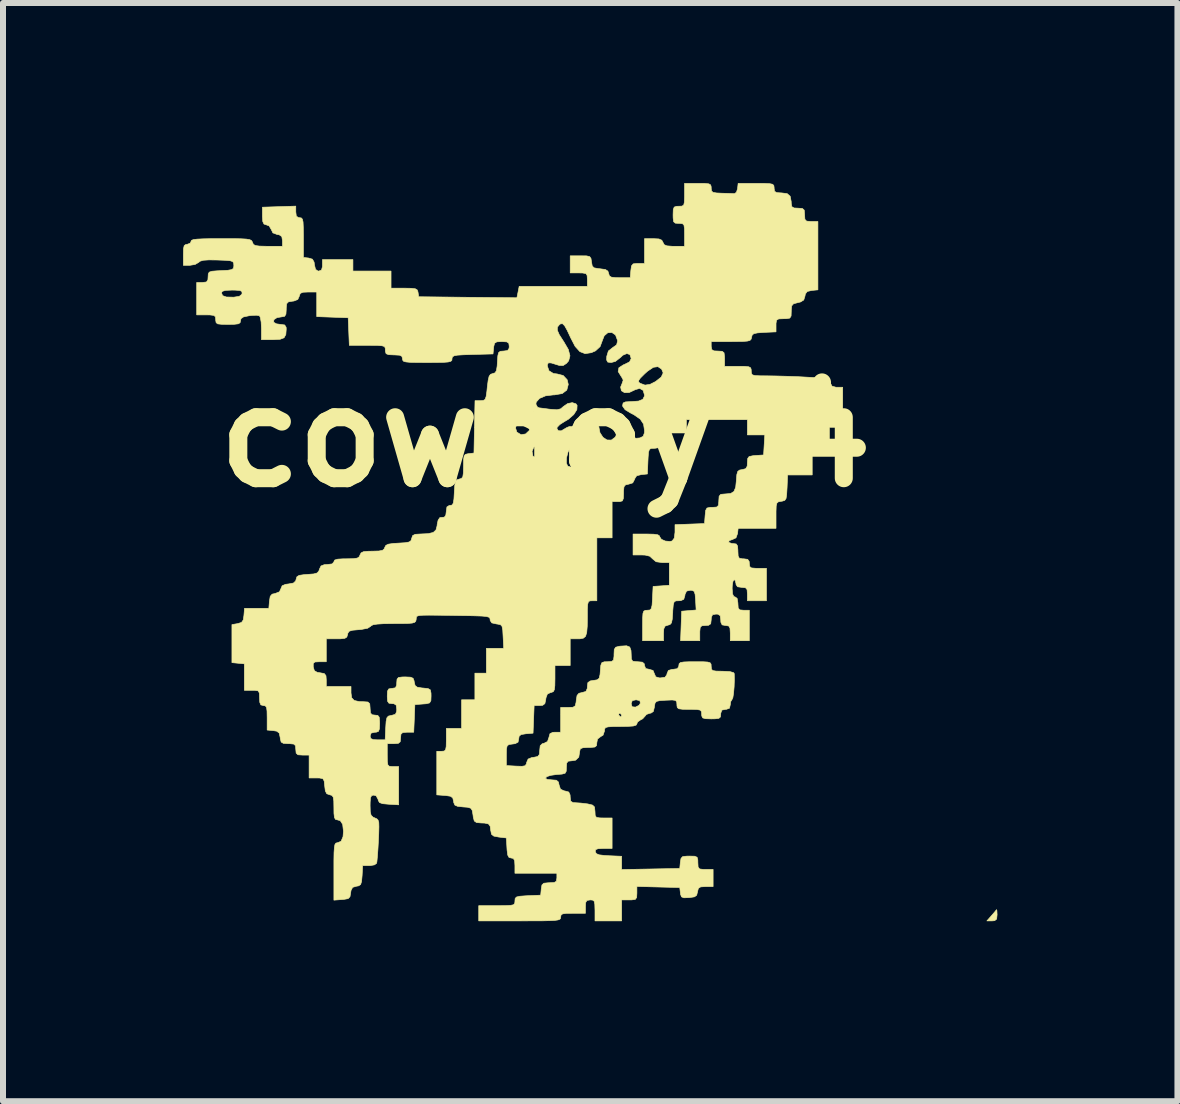
<source format=kicad_pcb>
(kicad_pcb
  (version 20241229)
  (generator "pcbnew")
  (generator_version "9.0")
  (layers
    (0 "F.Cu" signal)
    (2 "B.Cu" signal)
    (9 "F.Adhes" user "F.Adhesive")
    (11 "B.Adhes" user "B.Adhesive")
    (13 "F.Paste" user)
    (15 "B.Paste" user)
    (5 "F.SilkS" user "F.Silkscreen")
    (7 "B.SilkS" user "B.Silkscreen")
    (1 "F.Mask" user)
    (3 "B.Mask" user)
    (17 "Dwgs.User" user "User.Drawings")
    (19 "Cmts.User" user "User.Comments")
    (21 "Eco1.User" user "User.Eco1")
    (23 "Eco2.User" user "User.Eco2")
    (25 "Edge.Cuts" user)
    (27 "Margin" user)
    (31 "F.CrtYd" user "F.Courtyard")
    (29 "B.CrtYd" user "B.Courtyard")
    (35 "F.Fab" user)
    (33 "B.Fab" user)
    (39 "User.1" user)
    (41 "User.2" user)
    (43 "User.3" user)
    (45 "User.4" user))
  (footprint "cowboy 4"
    (layer "F.Cu")
    (at 6.037 4.228)
    (property "Reference" "cowboy 4" (at 0 0 0) (layer "F.SilkS") (effects (font (size 1.524 1.524) (thickness 0.3))))
    (attr through_hole)
    (fp_poly (pts (xy 7.522 7.895) (xy 7.525 7.956) (xy 7.525 7.964) (xy 7.518 8.034) (xy 7.485 8.061) (xy 7.44 8.065) (xy 7.355 8.065) (xy 7.432 7.977) (xy 7.484 7.917) (xy 7.515 7.879) (xy 7.517 7.877) (xy 7.522 7.895)) (stroke (width 0.01) (type solid)) (fill yes) (layer "F.SilkS"))
    (fp_poly (pts (xy 2.656 -4.222) (xy 2.723 -4.215) (xy 2.753 -4.197) (xy 2.762 -4.165) (xy 2.762 -4.143) (xy 2.767 -4.098) (xy 2.792 -4.073) (xy 2.852 -4.063) (xy 2.937 -4.059) (xy 3.042 -4.056) (xy 3.123 -4.053) (xy 3.151 -4.051) (xy 3.183 -4.076) (xy 3.201 -4.135) (xy 3.211 -4.223) (xy 3.51 -4.223) (xy 3.65 -4.222) (xy 3.737 -4.218) (xy 3.785 -4.208) (xy 3.805 -4.188) (xy 3.81 -4.156) (xy 3.81 -4.143) (xy 3.817 -4.092) (xy 3.851 -4.069) (xy 3.929 -4.064) (xy 3.934 -4.064) (xy 4.028 -4.052) (xy 4.078 -4.008) (xy 4.095 -3.92) (xy 4.096 -3.887) (xy 4.105 -3.835) (xy 4.143 -3.813) (xy 4.207 -3.81) (xy 4.281 -3.805) (xy 4.312 -3.777) (xy 4.318 -3.707) (xy 4.318 -3.699) (xy 4.323 -3.624) (xy 4.351 -3.594) (xy 4.421 -3.588) (xy 4.429 -3.588) (xy 4.54 -3.588) (xy 4.54 -2.449) (xy 4.437 -2.439) (xy 4.363 -2.422) (xy 4.331 -2.38) (xy 4.324 -2.343) (xy 4.304 -2.28) (xy 4.251 -2.247) (xy 4.205 -2.236) (xy 4.134 -2.217) (xy 4.103 -2.182) (xy 4.096 -2.11) (xy 4.096 -2.092) (xy 4.093 -2.013) (xy 4.071 -1.978) (xy 4.012 -1.969) (xy 3.969 -1.968) (xy 3.887 -1.965) (xy 3.851 -1.944) (xy 3.842 -1.891) (xy 3.842 -1.859) (xy 3.842 -1.749) (xy 3.643 -1.74) (xy 3.534 -1.732) (xy 3.472 -1.719) (xy 3.444 -1.694) (xy 3.435 -1.659) (xy 3.427 -1.627) (xy 3.407 -1.606) (xy 3.363 -1.595) (xy 3.284 -1.589) (xy 3.157 -1.588) (xy 3.093 -1.587) (xy 2.762 -1.587) (xy 2.762 -1.508) (xy 2.771 -1.454) (xy 2.808 -1.432) (xy 2.873 -1.429) (xy 2.945 -1.425) (xy 2.976 -1.401) (xy 2.984 -1.339) (xy 2.985 -1.302) (xy 2.985 -1.175) (xy 3.207 -1.175) (xy 3.323 -1.174) (xy 3.389 -1.167) (xy 3.42 -1.149) (xy 3.429 -1.117) (xy 3.429 -1.095) (xy 3.432 -1.057) (xy 3.448 -1.033) (xy 3.49 -1.021) (xy 3.571 -1.017) (xy 3.694 -1.016) (xy 3.839 -1.014) (xy 4.02 -1.009) (xy 4.212 -1.002) (xy 4.343 -0.995) (xy 4.504 -0.986) (xy 4.613 -0.977) (xy 4.681 -0.966) (xy 4.719 -0.949) (xy 4.737 -0.925) (xy 4.745 -0.9) (xy 4.776 -0.844) (xy 4.842 -0.826) (xy 4.858 -0.826) (xy 4.953 -0.826) (xy 4.953 -0.159) (xy 4.731 -0.159) (xy 4.731 0.191) (xy 4.445 0.191) (xy 4.445 0.635) (xy 4.035 0.635) (xy 4.026 0.849) (xy 4.019 0.963) (xy 4.009 1.028) (xy 3.987 1.059) (xy 3.948 1.071) (xy 3.929 1.074) (xy 3.883 1.082) (xy 3.857 1.103) (xy 3.845 1.151) (xy 3.842 1.241) (xy 3.842 1.304) (xy 3.842 1.524) (xy 3.211 1.524) (xy 3.201 1.611) (xy 3.175 1.683) (xy 3.119 1.709) (xy 3.059 1.731) (xy 3.055 1.759) (xy 3.106 1.777) (xy 3.127 1.778) (xy 3.179 1.785) (xy 3.201 1.818) (xy 3.207 1.894) (xy 3.207 1.905) (xy 3.211 1.986) (xy 3.231 2.023) (xy 3.282 2.032) (xy 3.302 2.032) (xy 3.37 2.041) (xy 3.395 2.077) (xy 3.397 2.111) (xy 3.403 2.16) (xy 3.432 2.184) (xy 3.502 2.19) (xy 3.54 2.191) (xy 3.683 2.191) (xy 3.683 2.731) (xy 3.365 2.731) (xy 3.365 2.619) (xy 3.36 2.545) (xy 3.333 2.514) (xy 3.27 2.508) (xy 3.201 2.498) (xy 3.176 2.461) (xy 3.175 2.445) (xy 3.162 2.393) (xy 3.143 2.381) (xy 3.124 2.41) (xy 3.113 2.481) (xy 3.111 2.524) (xy 3.118 2.618) (xy 3.139 2.661) (xy 3.159 2.667) (xy 3.194 2.691) (xy 3.207 2.768) (xy 3.207 2.778) (xy 3.212 2.853) (xy 3.239 2.883) (xy 3.302 2.889) (xy 3.397 2.889) (xy 3.397 3.397) (xy 3.08 3.397) (xy 3.08 3.27) (xy 3.075 3.188) (xy 3.055 3.152) (xy 3.007 3.143) (xy 3 3.143) (xy 2.944 3.133) (xy 2.923 3.089) (xy 2.921 3.048) (xy 2.912 2.98) (xy 2.876 2.955) (xy 2.842 2.953) (xy 2.785 2.963) (xy 2.764 3.007) (xy 2.762 3.048) (xy 2.754 3.115) (xy 2.717 3.14) (xy 2.667 3.143) (xy 2.606 3.148) (xy 2.579 3.175) (xy 2.572 3.243) (xy 2.572 3.27) (xy 2.572 3.397) (xy 2.252 3.397) (xy 2.261 3.151) (xy 2.27 2.905) (xy 2.391 2.895) (xy 2.511 2.885) (xy 2.502 2.721) (xy 2.494 2.624) (xy 2.478 2.575) (xy 2.445 2.558) (xy 2.413 2.556) (xy 2.352 2.57) (xy 2.326 2.624) (xy 2.324 2.643) (xy 2.305 2.707) (xy 2.256 2.729) (xy 2.222 2.731) (xy 2.172 2.733) (xy 2.144 2.752) (xy 2.13 2.801) (xy 2.122 2.895) (xy 2.121 2.929) (xy 2.113 3.039) (xy 2.1 3.1) (xy 2.075 3.128) (xy 2.04 3.138) (xy 1.993 3.154) (xy 1.972 3.2) (xy 1.968 3.272) (xy 1.968 3.397) (xy 1.619 3.397) (xy 1.619 3.143) (xy 1.62 3.017) (xy 1.625 2.942) (xy 1.639 2.904) (xy 1.665 2.891) (xy 1.697 2.889) (xy 1.74 2.885) (xy 1.764 2.861) (xy 1.777 2.805) (xy 1.784 2.7) (xy 1.784 2.691) (xy 1.794 2.492) (xy 1.929 2.483) (xy 2.064 2.473) (xy 2.064 2.095) (xy 1.944 2.095) (xy 1.844 2.081) (xy 1.786 2.033) (xy 1.785 2.032) (xy 1.739 1.989) (xy 1.661 1.97) (xy 1.603 1.968) (xy 1.46 1.968) (xy 1.46 1.619) (xy 1.683 1.619) (xy 1.804 1.622) (xy 1.873 1.632) (xy 1.902 1.652) (xy 1.905 1.666) (xy 1.932 1.707) (xy 1.997 1.736) (xy 2.074 1.743) (xy 2.111 1.735) (xy 2.147 1.687) (xy 2.159 1.59) (xy 2.159 1.463) (xy 2.405 1.454) (xy 2.651 1.445) (xy 2.661 1.31) (xy 2.67 1.225) (xy 2.692 1.186) (xy 2.743 1.175) (xy 2.78 1.175) (xy 2.853 1.17) (xy 2.883 1.142) (xy 2.889 1.071) (xy 2.889 1.064) (xy 2.894 0.989) (xy 2.922 0.958) (xy 2.989 0.952) (xy 2.992 0.952) (xy 3.086 0.944) (xy 3.141 0.91) (xy 3.17 0.839) (xy 3.181 0.73) (xy 3.189 0.629) (xy 3.205 0.576) (xy 3.236 0.553) (xy 3.278 0.546) (xy 3.338 0.53) (xy 3.362 0.488) (xy 3.365 0.428) (xy 3.37 0.361) (xy 3.394 0.328) (xy 3.456 0.315) (xy 3.5 0.311) (xy 3.635 0.302) (xy 3.645 0.135) (xy 3.655 -0.032) (xy 3.365 -0.032) (xy 3.365 -0.286) (xy 2.349 -0.286) (xy 2.349 -0.064) (xy 1.905 -0.064) (xy 1.905 0.064) (xy 1.901 0.145) (xy 1.881 0.181) (xy 1.83 0.19) (xy 1.811 0.191) (xy 1.761 0.193) (xy 1.733 0.209) (xy 1.718 0.254) (xy 1.711 0.341) (xy 1.708 0.405) (xy 1.699 0.619) (xy 1.597 0.629) (xy 1.52 0.649) (xy 1.489 0.696) (xy 1.486 0.708) (xy 1.455 0.767) (xy 1.389 0.788) (xy 1.335 0.8) (xy 1.309 0.832) (xy 1.302 0.902) (xy 1.302 0.939) (xy 1.299 1.026) (xy 1.282 1.067) (xy 1.241 1.079) (xy 1.206 1.079) (xy 1.111 1.079) (xy 1.111 1.683) (xy 0.857 1.683) (xy 0.857 2.731) (xy 0.778 2.731) (xy 0.739 2.733) (xy 0.716 2.749) (xy 0.704 2.791) (xy 0.699 2.872) (xy 0.699 2.998) (xy 0.697 3.155) (xy 0.688 3.26) (xy 0.669 3.323) (xy 0.633 3.354) (xy 0.577 3.365) (xy 0.536 3.365) (xy 0.413 3.365) (xy 0.413 3.81) (xy 0.159 3.81) (xy 0.159 4.03) (xy 0.157 4.146) (xy 0.149 4.213) (xy 0.131 4.246) (xy 0.097 4.259) (xy 0.087 4.26) (xy 0.033 4.285) (xy 0.009 4.349) (xy 0.006 4.374) (xy -0.009 4.445) (xy -0.046 4.473) (xy -0.096 4.477) (xy -0.188 4.477) (xy -0.197 4.707) (xy -0.206 4.937) (xy -0.325 4.947) (xy -0.405 4.96) (xy -0.438 4.988) (xy -0.445 5.032) (xy -0.456 5.087) (xy -0.504 5.112) (xy -0.548 5.118) (xy -0.607 5.126) (xy -0.637 5.148) (xy -0.649 5.199) (xy -0.651 5.297) (xy -0.651 5.477) (xy -0.487 5.486) (xy -0.39 5.489) (xy -0.339 5.48) (xy -0.318 5.451) (xy -0.312 5.423) (xy -0.288 5.368) (xy -0.226 5.343) (xy -0.198 5.34) (xy -0.128 5.326) (xy -0.1 5.29) (xy -0.095 5.223) (xy -0.087 5.147) (xy -0.053 5.113) (xy -0.024 5.106) (xy 0.035 5.076) (xy 0.058 5.009) (xy 0.076 4.945) (xy 0.124 4.923) (xy 0.161 4.921) (xy 0.254 4.921) (xy 0.254 4.623) (xy 1.217 4.623) (xy 1.222 4.636) (xy 1.251 4.666) (xy 1.256 4.667) (xy 1.27 4.643) (xy 1.27 4.636) (xy 1.246 4.605) (xy 1.236 4.604) (xy 1.217 4.623) (xy 0.254 4.623) (xy 0.254 4.508) (xy 0.379 4.508) (xy 0.46 4.505) (xy 0.497 4.481) (xy 0.505 4.447) (xy 1.429 4.447) (xy 1.444 4.497) (xy 1.5 4.503) (xy 1.5 4.503) (xy 1.56 4.473) (xy 1.582 4.437) (xy 1.573 4.395) (xy 1.515 4.382) (xy 1.51 4.381) (xy 1.447 4.395) (xy 1.429 4.444) (xy 1.429 4.447) (xy 0.505 4.447) (xy 0.511 4.421) (xy 0.514 4.389) (xy 0.527 4.309) (xy 0.558 4.273) (xy 0.611 4.26) (xy 0.675 4.242) (xy 0.697 4.192) (xy 0.699 4.159) (xy 0.707 4.095) (xy 0.746 4.067) (xy 0.802 4.058) (xy 0.864 4.048) (xy 0.896 4.021) (xy 0.91 3.96) (xy 0.915 3.897) (xy 0.923 3.806) (xy 0.941 3.762) (xy 0.982 3.748) (xy 1.034 3.747) (xy 1.104 3.742) (xy 1.135 3.718) (xy 1.143 3.653) (xy 1.143 3.623) (xy 1.147 3.542) (xy 1.171 3.505) (xy 1.231 3.489) (xy 1.251 3.487) (xy 1.352 3.481) (xy 1.405 3.502) (xy 1.426 3.56) (xy 1.429 3.622) (xy 1.432 3.702) (xy 1.454 3.738) (xy 1.511 3.746) (xy 1.54 3.747) (xy 1.616 3.754) (xy 1.647 3.781) (xy 1.651 3.81) (xy 1.67 3.86) (xy 1.728 3.873) (xy 1.793 3.892) (xy 1.815 3.945) (xy 1.838 3.998) (xy 1.897 4.016) (xy 1.921 4.016) (xy 1.993 4.005) (xy 2.023 3.963) (xy 2.026 3.945) (xy 2.049 3.892) (xy 2.11 3.874) (xy 2.129 3.873) (xy 2.198 3.863) (xy 2.222 3.824) (xy 2.223 3.81) (xy 2.228 3.779) (xy 2.251 3.76) (xy 2.305 3.751) (xy 2.402 3.747) (xy 2.492 3.747) (xy 2.623 3.747) (xy 2.703 3.752) (xy 2.744 3.764) (xy 2.76 3.788) (xy 2.762 3.826) (xy 2.766 3.87) (xy 2.788 3.894) (xy 2.843 3.903) (xy 2.946 3.905) (xy 2.953 3.905) (xy 3.074 3.911) (xy 3.136 3.929) (xy 3.146 3.945) (xy 3.148 4.05) (xy 3.144 4.164) (xy 3.135 4.269) (xy 3.123 4.346) (xy 3.109 4.376) (xy 3.087 4.412) (xy 3.08 4.464) (xy 3.066 4.522) (xy 3.013 4.54) (xy 3 4.54) (xy 2.94 4.553) (xy 2.921 4.605) (xy 2.921 4.62) (xy 2.916 4.667) (xy 2.89 4.69) (xy 2.826 4.698) (xy 2.762 4.699) (xy 2.668 4.696) (xy 2.621 4.683) (xy 2.605 4.651) (xy 2.603 4.62) (xy 2.6 4.577) (xy 2.579 4.553) (xy 2.528 4.543) (xy 2.431 4.54) (xy 2.397 4.54) (xy 2.286 4.539) (xy 2.224 4.531) (xy 2.197 4.511) (xy 2.191 4.474) (xy 2.191 4.459) (xy 2.187 4.414) (xy 2.166 4.391) (xy 2.113 4.384) (xy 2.012 4.388) (xy 2.008 4.388) (xy 1.905 4.395) (xy 1.85 4.408) (xy 1.826 4.438) (xy 1.816 4.493) (xy 1.816 4.501) (xy 1.798 4.576) (xy 1.758 4.603) (xy 1.743 4.604) (xy 1.683 4.625) (xy 1.663 4.65) (xy 1.62 4.698) (xy 1.585 4.716) (xy 1.535 4.751) (xy 1.524 4.781) (xy 1.511 4.803) (xy 1.464 4.818) (xy 1.373 4.824) (xy 1.254 4.826) (xy 1.123 4.827) (xy 1.044 4.832) (xy 1.002 4.844) (xy 0.987 4.867) (xy 0.984 4.902) (xy 0.96 4.971) (xy 0.921 4.994) (xy 0.868 5.035) (xy 0.857 5.093) (xy 0.852 5.144) (xy 0.824 5.168) (xy 0.756 5.175) (xy 0.714 5.175) (xy 0.625 5.18) (xy 0.582 5.197) (xy 0.572 5.235) (xy 0.572 5.236) (xy 0.556 5.336) (xy 0.504 5.387) (xy 0.441 5.397) (xy 0.379 5.404) (xy 0.354 5.437) (xy 0.349 5.507) (xy 0.347 5.571) (xy 0.328 5.605) (xy 0.277 5.619) (xy 0.185 5.626) (xy 0.086 5.64) (xy 0.022 5.662) (xy 0.001 5.687) (xy 0.028 5.707) (xy 0.106 5.715) (xy 0.183 5.721) (xy 0.217 5.751) (xy 0.228 5.802) (xy 0.251 5.87) (xy 0.311 5.898) (xy 0.325 5.9) (xy 0.389 5.918) (xy 0.411 5.966) (xy 0.413 6.003) (xy 0.421 6.07) (xy 0.46 6.094) (xy 0.5 6.096) (xy 0.592 6.102) (xy 0.699 6.115) (xy 0.706 6.116) (xy 0.785 6.135) (xy 0.818 6.167) (xy 0.825 6.234) (xy 0.826 6.243) (xy 0.829 6.309) (xy 0.85 6.34) (xy 0.907 6.349) (xy 0.968 6.35) (xy 1.111 6.35) (xy 1.111 6.858) (xy 0.966 6.858) (xy 0.877 6.862) (xy 0.836 6.878) (xy 0.831 6.911) (xy 0.831 6.914) (xy 0.849 6.945) (xy 0.896 6.964) (xy 0.986 6.975) (xy 1.056 6.979) (xy 1.27 6.988) (xy 1.27 7.209) (xy 1.754 7.2) (xy 2.238 7.191) (xy 2.248 7.088) (xy 2.259 7.024) (xy 2.286 6.994) (xy 2.348 6.986) (xy 2.399 6.985) (xy 2.486 6.987) (xy 2.527 7.004) (xy 2.539 7.048) (xy 2.54 7.096) (xy 2.544 7.167) (xy 2.568 7.199) (xy 2.63 7.207) (xy 2.667 7.207) (xy 2.794 7.207) (xy 2.794 7.493) (xy 2.669 7.493) (xy 2.587 7.498) (xy 2.549 7.521) (xy 2.535 7.575) (xy 2.534 7.58) (xy 2.52 7.637) (xy 2.483 7.664) (xy 2.404 7.676) (xy 2.391 7.677) (xy 2.307 7.68) (xy 2.267 7.664) (xy 2.251 7.62) (xy 2.249 7.598) (xy 2.238 7.509) (xy 1.881 7.5) (xy 1.524 7.491) (xy 1.524 7.603) (xy 1.52 7.675) (xy 1.497 7.707) (xy 1.435 7.715) (xy 1.397 7.715) (xy 1.27 7.715) (xy 1.27 8.065) (xy 0.826 8.065) (xy 0.826 7.89) (xy 0.823 7.79) (xy 0.813 7.738) (xy 0.786 7.718) (xy 0.746 7.715) (xy 0.692 7.724) (xy 0.67 7.761) (xy 0.667 7.826) (xy 0.667 7.938) (xy 0.46 7.938) (xy 0.349 7.939) (xy 0.286 7.948) (xy 0.26 7.968) (xy 0.254 8.001) (xy 0.252 8.022) (xy 0.239 8.038) (xy 0.209 8.049) (xy 0.153 8.057) (xy 0.063 8.061) (xy -0.068 8.064) (xy -0.249 8.064) (xy -0.429 8.065) (xy -1.111 8.065) (xy -1.111 7.811) (xy -0.81 7.811) (xy -0.67 7.81) (xy -0.582 7.806) (xy -0.533 7.796) (xy -0.513 7.777) (xy -0.508 7.745) (xy -0.508 7.733) (xy -0.504 7.691) (xy -0.482 7.667) (xy -0.429 7.654) (xy -0.331 7.647) (xy -0.294 7.645) (xy -0.079 7.636) (xy -0.069 7.533) (xy -0.058 7.466) (xy -0.027 7.437) (xy 0.042 7.43) (xy 0.066 7.429) (xy 0.147 7.425) (xy 0.182 7.404) (xy 0.19 7.355) (xy 0.191 7.35) (xy 0.191 7.271) (xy -0.508 7.271) (xy -0.508 7.144) (xy -0.513 7.06) (xy -0.535 7.024) (xy -0.57 7.017) (xy -0.607 7.007) (xy -0.628 6.968) (xy -0.639 6.885) (xy -0.641 6.85) (xy -0.651 6.683) (xy -0.777 6.668) (xy -0.86 6.652) (xy -0.898 6.622) (xy -0.91 6.563) (xy -0.911 6.561) (xy -0.921 6.486) (xy -0.949 6.449) (xy -1.013 6.435) (xy -1.071 6.433) (xy -1.148 6.426) (xy -1.185 6.4) (xy -1.202 6.336) (xy -1.206 6.302) (xy -1.219 6.225) (xy -1.244 6.187) (xy -1.3 6.171) (xy -1.371 6.166) (xy -1.463 6.156) (xy -1.508 6.136) (xy -1.527 6.094) (xy -1.53 6.071) (xy -1.544 6.016) (xy -1.581 5.988) (xy -1.66 5.976) (xy -1.675 5.975) (xy -1.81 5.965) (xy -1.81 5.239) (xy -1.73 5.239) (xy -1.686 5.235) (xy -1.663 5.213) (xy -1.653 5.158) (xy -1.651 5.055) (xy -1.651 5.048) (xy -1.651 4.858) (xy -1.397 4.858) (xy -1.397 4.381) (xy -1.175 4.381) (xy -1.175 3.937) (xy -0.984 3.937) (xy -0.984 3.524) (xy -0.695 3.524) (xy -0.705 3.326) (xy -0.711 3.218) (xy -0.723 3.157) (xy -0.748 3.13) (xy -0.796 3.12) (xy -0.818 3.117) (xy -0.893 3.1) (xy -0.92 3.06) (xy -0.921 3.046) (xy -0.925 3.022) (xy -0.942 3.005) (xy -0.984 2.993) (xy -1.059 2.986) (xy -1.176 2.982) (xy -1.346 2.978) (xy -1.381 2.978) (xy -1.621 2.974) (xy -1.805 2.972) (xy -1.94 2.971) (xy -2.034 2.972) (xy -2.095 2.976) (xy -2.129 2.984) (xy -2.146 2.996) (xy -2.151 3.012) (xy -2.153 3.034) (xy -2.153 3.04) (xy -2.16 3.071) (xy -2.179 3.091) (xy -2.22 3.103) (xy -2.295 3.109) (xy -2.415 3.111) (xy -2.525 3.111) (xy -2.691 3.113) (xy -2.803 3.12) (xy -2.872 3.131) (xy -2.906 3.15) (xy -2.912 3.157) (xy -2.962 3.189) (xy -3.066 3.209) (xy -3.112 3.213) (xy -3.213 3.222) (xy -3.268 3.238) (xy -3.291 3.27) (xy -3.296 3.294) (xy -3.309 3.336) (xy -3.342 3.357) (xy -3.413 3.365) (xy -3.479 3.365) (xy -3.651 3.365) (xy -3.651 3.747) (xy -3.764 3.747) (xy -3.839 3.751) (xy -3.868 3.774) (xy -3.868 3.831) (xy -3.868 3.834) (xy -3.849 3.897) (xy -3.8 3.924) (xy -3.754 3.931) (xy -3.684 3.944) (xy -3.656 3.98) (xy -3.651 4.05) (xy -3.651 4.159) (xy -3.239 4.159) (xy -3.239 4.267) (xy -3.228 4.347) (xy -3.186 4.392) (xy -3.103 4.411) (xy -3.03 4.413) (xy -2.957 4.418) (xy -2.927 4.447) (xy -2.921 4.517) (xy -2.921 4.524) (xy -2.915 4.6) (xy -2.888 4.63) (xy -2.842 4.636) (xy -2.793 4.641) (xy -2.769 4.671) (xy -2.763 4.74) (xy -2.762 4.778) (xy -2.766 4.867) (xy -2.782 4.908) (xy -2.82 4.921) (xy -2.842 4.921) (xy -2.904 4.936) (xy -2.921 4.985) (xy -2.91 5.026) (xy -2.867 5.045) (xy -2.796 5.048) (xy -2.67 5.048) (xy -2.661 4.85) (xy -2.654 4.741) (xy -2.641 4.681) (xy -2.617 4.653) (xy -2.572 4.642) (xy -2.564 4.641) (xy -2.5 4.623) (xy -2.478 4.575) (xy -2.477 4.538) (xy -2.486 4.471) (xy -2.523 4.447) (xy -2.556 4.445) (xy -2.607 4.438) (xy -2.63 4.405) (xy -2.635 4.329) (xy -2.635 4.318) (xy -2.631 4.236) (xy -2.61 4.2) (xy -2.563 4.191) (xy -2.556 4.191) (xy -2.499 4.181) (xy -2.478 4.137) (xy -2.477 4.096) (xy -2.472 4.037) (xy -2.448 4.009) (xy -2.386 4.001) (xy -2.336 4) (xy -2.248 4.004) (xy -2.205 4.022) (xy -2.188 4.065) (xy -2.185 4.088) (xy -2.171 4.144) (xy -2.135 4.171) (xy -2.057 4.184) (xy -2.04 4.185) (xy -1.955 4.194) (xy -1.917 4.216) (xy -1.906 4.27) (xy -1.905 4.318) (xy -1.908 4.395) (xy -1.93 4.433) (xy -1.987 4.447) (xy -2.04 4.451) (xy -2.175 4.461) (xy -2.184 4.691) (xy -2.194 4.921) (xy -2.303 4.921) (xy -2.377 4.927) (xy -2.407 4.954) (xy -2.413 5.016) (xy -2.419 5.08) (xy -2.451 5.107) (xy -2.524 5.112) (xy -2.635 5.112) (xy -2.635 5.302) (xy -2.634 5.408) (xy -2.625 5.465) (xy -2.602 5.488) (xy -2.555 5.493) (xy -2.54 5.493) (xy -2.445 5.493) (xy -2.445 6.131) (xy -2.611 6.121) (xy -2.711 6.112) (xy -2.763 6.094) (xy -2.784 6.06) (xy -2.788 6.04) (xy -2.82 5.981) (xy -2.86 5.969) (xy -2.895 5.977) (xy -2.914 6.012) (xy -2.92 6.087) (xy -2.921 6.144) (xy -2.918 6.247) (xy -2.904 6.305) (xy -2.872 6.336) (xy -2.843 6.349) (xy -2.809 6.364) (xy -2.788 6.386) (xy -2.776 6.427) (xy -2.774 6.499) (xy -2.777 6.615) (xy -2.782 6.722) (xy -2.79 6.866) (xy -2.799 6.988) (xy -2.807 7.073) (xy -2.812 7.104) (xy -2.848 7.131) (xy -2.922 7.144) (xy -2.934 7.144) (xy -3.045 7.144) (xy -3.054 7.31) (xy -3.063 7.408) (xy -3.079 7.459) (xy -3.113 7.481) (xy -3.149 7.487) (xy -3.212 7.506) (xy -3.239 7.558) (xy -3.245 7.598) (xy -3.256 7.662) (xy -3.287 7.694) (xy -3.356 7.706) (xy -3.389 7.709) (xy -3.524 7.719) (xy -3.524 7.241) (xy -3.524 7.057) (xy -3.522 6.928) (xy -3.516 6.843) (xy -3.507 6.793) (xy -3.492 6.77) (xy -3.471 6.763) (xy -3.464 6.763) (xy -3.404 6.738) (xy -3.372 6.662) (xy -3.365 6.572) (xy -3.378 6.456) (xy -3.418 6.395) (xy -3.464 6.382) (xy -3.497 6.374) (xy -3.515 6.343) (xy -3.523 6.273) (xy -3.524 6.178) (xy -3.526 6.067) (xy -3.535 6.004) (xy -3.557 5.974) (xy -3.595 5.963) (xy -3.596 5.963) (xy -3.643 5.946) (xy -3.667 5.899) (xy -3.677 5.818) (xy -3.686 5.734) (xy -3.708 5.695) (xy -3.762 5.684) (xy -3.812 5.683) (xy -3.937 5.683) (xy -3.937 5.302) (xy -4.048 5.302) (xy -4.123 5.297) (xy -4.153 5.27) (xy -4.159 5.207) (xy -4.164 5.146) (xy -4.192 5.119) (xy -4.261 5.112) (xy -4.284 5.112) (xy -4.365 5.107) (xy -4.403 5.085) (xy -4.417 5.028) (xy -4.419 5.009) (xy -4.435 4.936) (xy -4.476 4.904) (xy -4.532 4.895) (xy -4.636 4.885) (xy -4.636 4.681) (xy -4.638 4.57) (xy -4.646 4.508) (xy -4.667 4.482) (xy -4.699 4.477) (xy -4.741 4.466) (xy -4.759 4.423) (xy -4.763 4.35) (xy -4.766 4.268) (xy -4.787 4.232) (xy -4.845 4.223) (xy -4.889 4.223) (xy -5.016 4.223) (xy -5.016 3.782) (xy -5.12 3.772) (xy -5.223 3.762) (xy -5.223 3.128) (xy -5.128 3.112) (xy -5.063 3.092) (xy -5.034 3.05) (xy -5.023 2.976) (xy -5.013 2.857) (xy -4.608 2.857) (xy -4.598 2.738) (xy -4.585 2.658) (xy -4.553 2.621) (xy -4.503 2.61) (xy -4.431 2.582) (xy -4.407 2.53) (xy -4.386 2.481) (xy -4.329 2.457) (xy -4.28 2.451) (xy -4.198 2.436) (xy -4.161 2.401) (xy -4.153 2.372) (xy -4.14 2.331) (xy -4.103 2.308) (xy -4.028 2.297) (xy -3.964 2.292) (xy -3.86 2.284) (xy -3.803 2.268) (xy -3.775 2.236) (xy -3.765 2.205) (xy -3.739 2.151) (xy -3.685 2.13) (xy -3.635 2.127) (xy -3.553 2.117) (xy -3.524 2.084) (xy -3.524 2.08) (xy -3.511 2.053) (xy -3.462 2.038) (xy -3.366 2.032) (xy -3.315 2.032) (xy -3.2 2.03) (xy -3.134 2.02) (xy -3.102 1.998) (xy -3.089 1.968) (xy -3.071 1.933) (xy -3.03 1.913) (xy -2.95 1.906) (xy -2.883 1.905) (xy -2.774 1.902) (xy -2.713 1.89) (xy -2.684 1.864) (xy -2.677 1.843) (xy -2.658 1.808) (xy -2.616 1.788) (xy -2.534 1.776) (xy -2.449 1.771) (xy -2.336 1.764) (xy -2.271 1.752) (xy -2.24 1.73) (xy -2.228 1.691) (xy -2.228 1.691) (xy -2.212 1.645) (xy -2.169 1.624) (xy -2.085 1.619) (xy -1.952 1.613) (xy -1.869 1.593) (xy -1.824 1.552) (xy -1.805 1.483) (xy -1.804 1.465) (xy -1.788 1.389) (xy -1.76 1.347) (xy -1.754 1.345) (xy -1.692 1.339) (xy -1.683 1.337) (xy -1.66 1.307) (xy -1.651 1.239) (xy -1.651 1.238) (xy -1.641 1.168) (xy -1.603 1.144) (xy -1.589 1.143) (xy -1.555 1.136) (xy -1.535 1.104) (xy -1.524 1.036) (xy -1.518 0.929) (xy -1.511 0.814) (xy -1.499 0.748) (xy -1.477 0.717) (xy -1.439 0.705) (xy -1.437 0.704) (xy -1.398 0.693) (xy -1.376 0.664) (xy -1.367 0.601) (xy -1.365 0.492) (xy -1.364 0.382) (xy -1.355 0.321) (xy -1.334 0.292) (xy -1.292 0.282) (xy -1.278 0.28) (xy -1.191 0.27) (xy -1.19 0.244) (xy -0.222 0.244) (xy -0.208 0.322) (xy -0.164 0.345) (xy -0.089 0.312) (xy -0.075 0.303) (xy -0.024 0.25) (xy 0.022 0.176) (xy 0.053 0.103) (xy 0.059 0.051) (xy 0.054 0.044) (xy 0.005 0.034) (xy -0.065 0.061) (xy -0.138 0.114) (xy -0.196 0.178) (xy -0.222 0.241) (xy -0.222 0.244) (xy -1.19 0.244) (xy -1.182 -0.152) (xy -0.499 -0.152) (xy -0.476 -0.079) (xy -0.475 -0.078) (xy -0.406 -0.036) (xy -0.33 -0.048) (xy -0.272 -0.103) (xy -0.238 -0.18) (xy -0.209 -0.284) (xy -0.203 -0.314) (xy -0.193 -0.391) (xy -0.198 -0.428) (xy -0.229 -0.425) (xy -0.295 -0.382) (xy -0.372 -0.325) (xy -0.463 -0.237) (xy -0.499 -0.152) (xy -1.182 -0.152) (xy -1.182 -0.167) (xy -1.174 -0.545) (xy -0.159 -0.545) (xy -0.132 -0.495) (xy -0.103 -0.483) (xy -0.038 -0.475) (xy 0.058 -0.462) (xy 0.096 -0.458) (xy 0.193 -0.451) (xy 0.255 -0.467) (xy 0.299 -0.505) (xy 0.37 -0.554) (xy 0.447 -0.57) (xy 0.509 -0.55) (xy 0.528 -0.524) (xy 0.524 -0.453) (xy 0.472 -0.371) (xy 0.383 -0.293) (xy 0.317 -0.254) (xy 0.24 -0.205) (xy 0.195 -0.158) (xy 0.191 -0.142) (xy 0.213 -0.102) (xy 0.264 -0.1) (xy 0.303 -0.123) (xy 0.357 -0.155) (xy 0.4 -0.172) (xy 0.457 -0.171) (xy 0.498 -0.119) (xy 0.502 -0.112) (xy 0.523 -0.029) (xy 0.503 0.053) (xy 0.436 0.153) (xy 0.423 0.169) (xy 0.377 0.253) (xy 0.351 0.351) (xy 0.35 0.44) (xy 0.372 0.488) (xy 0.418 0.502) (xy 0.475 0.502) (xy 0.539 0.475) (xy 0.598 0.405) (xy 0.628 0.349) (xy 0.662 0.275) (xy 1.289 0.275) (xy 1.293 0.323) (xy 1.33 0.401) (xy 1.379 0.436) (xy 1.426 0.424) (xy 1.454 0.362) (xy 1.454 0.36) (xy 1.44 0.29) (xy 1.391 0.24) (xy 1.327 0.23) (xy 1.32 0.233) (xy 1.289 0.275) (xy 0.662 0.275) (xy 0.668 0.262) (xy 0.686 0.182) (xy 0.688 0.085) (xy 0.681 -0.017) (xy 0.672 -0.142) (xy 0.676 -0.22) (xy 0.694 -0.265) (xy 0.71 -0.282) (xy 0.783 -0.313) (xy 0.846 -0.29) (xy 0.884 -0.22) (xy 0.889 -0.172) (xy 0.909 -0.069) (xy 0.959 0.008) (xy 1.026 0.052) (xy 1.098 0.054) (xy 1.16 0.008) (xy 1.173 -0.013) (xy 1.198 -0.085) (xy 1.176 -0.14) (xy 1.1 -0.188) (xy 1.061 -0.205) (xy 0.977 -0.258) (xy 0.953 -0.312) (xy 0.974 -0.374) (xy 1.028 -0.398) (xy 1.099 -0.388) (xy 1.172 -0.348) (xy 1.232 -0.283) (xy 1.254 -0.235) (xy 1.319 -0.101) (xy 1.408 -0.013) (xy 1.511 0.024) (xy 1.575 0.018) (xy 1.629 -0.009) (xy 1.65 -0.068) (xy 1.651 -0.106) (xy 1.635 -0.212) (xy 1.58 -0.295) (xy 1.475 -0.368) (xy 1.426 -0.393) (xy 1.328 -0.452) (xy 1.287 -0.51) (xy 1.286 -0.524) (xy 1.295 -0.564) (xy 1.334 -0.582) (xy 1.418 -0.587) (xy 1.429 -0.587) (xy 1.552 -0.596) (xy 1.623 -0.625) (xy 1.65 -0.679) (xy 1.651 -0.696) (xy 1.628 -0.774) (xy 1.57 -0.807) (xy 1.493 -0.785) (xy 1.487 -0.781) (xy 1.395 -0.738) (xy 1.318 -0.736) (xy 1.266 -0.768) (xy 1.253 -0.829) (xy 1.277 -0.888) (xy 1.293 -0.935) (xy 1.551 -0.935) (xy 1.557 -0.908) (xy 1.579 -0.892) (xy 1.659 -0.862) (xy 1.742 -0.874) (xy 1.835 -0.921) (xy 1.929 -0.995) (xy 1.962 -1.065) (xy 1.936 -1.128) (xy 1.875 -1.169) (xy 1.799 -1.159) (xy 1.702 -1.094) (xy 1.653 -1.05) (xy 1.581 -0.978) (xy 1.551 -0.935) (xy 1.293 -0.935) (xy 1.297 -0.945) (xy 1.268 -1) (xy 1.261 -1.009) (xy 1.212 -1.088) (xy 1.224 -1.151) (xy 1.298 -1.199) (xy 1.318 -1.207) (xy 1.402 -1.249) (xy 1.429 -1.305) (xy 1.429 -1.305) (xy 1.408 -1.37) (xy 1.357 -1.388) (xy 1.29 -1.36) (xy 1.251 -1.323) (xy 1.167 -1.257) (xy 1.095 -1.238) (xy 1.039 -1.245) (xy 1.02 -1.28) (xy 1.022 -1.341) (xy 1.049 -1.43) (xy 1.12 -1.486) (xy 1.121 -1.487) (xy 1.186 -1.532) (xy 1.202 -1.595) (xy 1.2 -1.611) (xy 1.168 -1.697) (xy 1.108 -1.738) (xy 1.039 -1.734) (xy 0.98 -1.684) (xy 0.953 -1.616) (xy 0.911 -1.503) (xy 0.834 -1.432) (xy 0.765 -1.402) (xy 0.661 -1.386) (xy 0.574 -1.42) (xy 0.495 -1.507) (xy 0.423 -1.646) (xy 0.363 -1.774) (xy 0.32 -1.851) (xy 0.285 -1.885) (xy 0.252 -1.882) (xy 0.234 -1.87) (xy 0.2 -1.828) (xy 0.198 -1.777) (xy 0.23 -1.703) (xy 0.3 -1.594) (xy 0.302 -1.592) (xy 0.381 -1.457) (xy 0.409 -1.35) (xy 0.387 -1.266) (xy 0.351 -1.224) (xy 0.296 -1.188) (xy 0.233 -1.189) (xy 0.187 -1.203) (xy 0.096 -1.231) (xy 0.05 -1.233) (xy 0.033 -1.205) (xy 0.032 -1.181) (xy 0.059 -1.101) (xy 0.134 -1.055) (xy 0.195 -1.048) (xy 0.296 -1.022) (xy 0.362 -0.952) (xy 0.381 -0.873) (xy 0.356 -0.779) (xy 0.28 -0.721) (xy 0.151 -0.699) (xy 0.132 -0.699) (xy 0.002 -0.683) (xy -0.097 -0.641) (xy -0.152 -0.58) (xy -0.159 -0.545) (xy -1.174 -0.545) (xy -1.173 -0.603) (xy -1.082 -0.603) (xy -1.034 -0.606) (xy -1.005 -0.624) (xy -0.988 -0.671) (xy -0.975 -0.76) (xy -0.969 -0.824) (xy -0.954 -0.941) (xy -0.938 -1.009) (xy -0.914 -1.042) (xy -0.878 -1.054) (xy -0.839 -1.067) (xy -0.816 -1.104) (xy -0.804 -1.18) (xy -0.8 -1.246) (xy -0.793 -1.349) (xy -0.78 -1.403) (xy -0.752 -1.425) (xy -0.702 -1.429) (xy -0.697 -1.429) (xy -0.63 -1.438) (xy -0.605 -1.475) (xy -0.603 -1.508) (xy -0.61 -1.56) (xy -0.644 -1.582) (xy -0.721 -1.587) (xy -0.728 -1.587) (xy -0.809 -1.583) (xy -0.847 -1.56) (xy -0.861 -1.504) (xy -0.863 -1.484) (xy -0.873 -1.381) (xy -1.214 -1.372) (xy -1.365 -1.367) (xy -1.464 -1.361) (xy -1.521 -1.35) (xy -1.548 -1.333) (xy -1.556 -1.308) (xy -1.556 -1.301) (xy -1.559 -1.275) (xy -1.577 -1.258) (xy -1.62 -1.247) (xy -1.696 -1.241) (xy -1.817 -1.239) (xy -1.968 -1.238) (xy -2.137 -1.239) (xy -2.252 -1.241) (xy -2.324 -1.248) (xy -2.363 -1.259) (xy -2.378 -1.278) (xy -2.381 -1.302) (xy -2.391 -1.341) (xy -2.429 -1.36) (xy -2.514 -1.365) (xy -2.524 -1.365) (xy -2.612 -1.369) (xy -2.654 -1.385) (xy -2.666 -1.423) (xy -2.667 -1.445) (xy -2.669 -1.481) (xy -2.683 -1.505) (xy -2.722 -1.517) (xy -2.796 -1.523) (xy -2.918 -1.524) (xy -2.967 -1.524) (xy -3.267 -1.524) (xy -3.286 -1.984) (xy -3.81 -2.003) (xy -3.81 -2.208) (xy -3.81 -2.413) (xy -3.951 -2.413) (xy -4.04 -2.409) (xy -4.084 -2.39) (xy -4.101 -2.347) (xy -4.101 -2.342) (xy -4.126 -2.288) (xy -4.19 -2.263) (xy -4.215 -2.26) (xy -4.281 -2.249) (xy -4.311 -2.218) (xy -4.318 -2.149) (xy -4.318 -2.125) (xy -4.323 -2.044) (xy -4.345 -2.008) (xy -4.389 -2) (xy -4.472 -1.986) (xy -4.524 -1.952) (xy -4.527 -1.91) (xy -4.527 -1.909) (xy -4.482 -1.883) (xy -4.411 -1.873) (xy -4.344 -1.864) (xy -4.32 -1.826) (xy -4.318 -1.796) (xy -4.325 -1.704) (xy -4.355 -1.65) (xy -4.421 -1.625) (xy -4.536 -1.619) (xy -4.544 -1.619) (xy -4.731 -1.619) (xy -4.731 -1.808) (xy -4.736 -1.912) (xy -4.75 -1.989) (xy -4.765 -2.018) (xy -4.815 -2.026) (xy -4.901 -2.022) (xy -4.939 -2.017) (xy -5.03 -1.998) (xy -5.072 -1.969) (xy -5.08 -1.935) (xy -5.087 -1.901) (xy -5.117 -1.883) (xy -5.184 -1.875) (xy -5.286 -1.873) (xy -5.397 -1.875) (xy -5.459 -1.882) (xy -5.486 -1.902) (xy -5.493 -1.94) (xy -5.493 -1.953) (xy -5.498 -2) (xy -5.524 -2.023) (xy -5.588 -2.031) (xy -5.652 -2.032) (xy -5.81 -2.032) (xy -5.81 -2.4) (xy -5.397 -2.4) (xy -5.379 -2.353) (xy -5.317 -2.33) (xy -5.203 -2.327) (xy -5.191 -2.327) (xy -5.1 -2.341) (xy -5.059 -2.374) (xy -5.054 -2.389) (xy -5.057 -2.421) (xy -5.089 -2.438) (xy -5.166 -2.444) (xy -5.221 -2.445) (xy -5.329 -2.44) (xy -5.384 -2.424) (xy -5.397 -2.4) (xy -5.81 -2.4) (xy -5.81 -2.572) (xy -5.715 -2.572) (xy -5.647 -2.58) (xy -5.623 -2.617) (xy -5.62 -2.666) (xy -5.617 -2.715) (xy -5.601 -2.744) (xy -5.556 -2.759) (xy -5.469 -2.766) (xy -5.405 -2.769) (xy -5.292 -2.775) (xy -5.228 -2.786) (xy -5.199 -2.806) (xy -5.191 -2.843) (xy -5.191 -2.857) (xy -5.194 -2.896) (xy -5.21 -2.92) (xy -5.253 -2.934) (xy -5.335 -2.941) (xy -5.464 -2.946) (xy -5.606 -2.948) (xy -5.699 -2.942) (xy -5.753 -2.926) (xy -5.778 -2.906) (xy -5.836 -2.872) (xy -5.921 -2.858) (xy -5.925 -2.857) (xy -6.032 -2.857) (xy -6.032 -3.032) (xy -6.03 -3.133) (xy -6.018 -3.186) (xy -5.991 -3.205) (xy -5.969 -3.207) (xy -5.917 -3.227) (xy -5.905 -3.254) (xy -5.897 -3.273) (xy -5.866 -3.286) (xy -5.804 -3.294) (xy -5.702 -3.299) (xy -5.551 -3.302) (xy -5.401 -3.302) (xy -5.212 -3.302) (xy -5.076 -3.3) (xy -4.985 -3.295) (xy -4.929 -3.286) (xy -4.899 -3.272) (xy -4.885 -3.252) (xy -4.88 -3.239) (xy -4.865 -3.206) (xy -4.831 -3.187) (xy -4.764 -3.178) (xy -4.651 -3.175) (xy -4.623 -3.175) (xy -4.381 -3.175) (xy -4.381 -3.268) (xy -4.392 -3.337) (xy -4.435 -3.366) (xy -4.469 -3.371) (xy -4.541 -3.398) (xy -4.566 -3.451) (xy -4.603 -3.514) (xy -4.645 -3.53) (xy -4.689 -3.545) (xy -4.709 -3.587) (xy -4.715 -3.671) (xy -4.715 -3.683) (xy -4.715 -3.826) (xy -4.437 -3.835) (xy -4.159 -3.844) (xy -4.159 -3.748) (xy -4.15 -3.677) (xy -4.113 -3.652) (xy -4.096 -3.651) (xy -4.067 -3.647) (xy -4.049 -3.627) (xy -4.038 -3.58) (xy -4.034 -3.494) (xy -4.032 -3.359) (xy -4.032 -3.32) (xy -4.032 -2.989) (xy -3.945 -2.979) (xy -3.882 -2.96) (xy -3.854 -2.911) (xy -3.848 -2.865) (xy -3.83 -2.79) (xy -3.79 -2.763) (xy -3.776 -2.762) (xy -3.731 -2.778) (xy -3.715 -2.836) (xy -3.715 -2.857) (xy -3.715 -2.953) (xy -3.207 -2.953) (xy -3.207 -2.762) (xy -2.572 -2.762) (xy -2.572 -2.477) (xy -2.352 -2.477) (xy -2.236 -2.475) (xy -2.168 -2.467) (xy -2.136 -2.448) (xy -2.123 -2.414) (xy -2.122 -2.405) (xy -2.111 -2.334) (xy -1.293 -2.325) (xy -0.475 -2.317) (xy -0.456 -2.412) (xy -0.437 -2.508) (xy 0.699 -2.508) (xy 0.699 -2.619) (xy 0.695 -2.688) (xy 0.675 -2.72) (xy 0.619 -2.73) (xy 0.556 -2.731) (xy 0.413 -2.731) (xy 0.413 -3.016) (xy 0.585 -3.016) (xy 0.685 -3.015) (xy 0.737 -3.003) (xy 0.759 -2.973) (xy 0.768 -2.914) (xy 0.768 -2.913) (xy 0.78 -2.847) (xy 0.81 -2.816) (xy 0.88 -2.803) (xy 0.911 -2.8) (xy 0.999 -2.788) (xy 1.041 -2.761) (xy 1.054 -2.721) (xy 1.066 -2.681) (xy 1.101 -2.66) (xy 1.173 -2.652) (xy 1.238 -2.651) (xy 1.413 -2.651) (xy 1.423 -2.77) (xy 1.434 -2.848) (xy 1.462 -2.882) (xy 1.526 -2.889) (xy 1.542 -2.889) (xy 1.651 -2.889) (xy 1.651 -3.302) (xy 1.797 -3.302) (xy 1.891 -3.297) (xy 1.939 -3.276) (xy 1.959 -3.239) (xy 1.979 -3.201) (xy 2.024 -3.182) (xy 2.11 -3.175) (xy 2.147 -3.175) (xy 2.318 -3.175) (xy 2.318 -3.365) (xy 2.317 -3.471) (xy 2.308 -3.528) (xy 2.284 -3.551) (xy 2.238 -3.556) (xy 2.223 -3.556) (xy 2.164 -3.56) (xy 2.136 -3.584) (xy 2.128 -3.645) (xy 2.127 -3.699) (xy 2.13 -3.787) (xy 2.146 -3.828) (xy 2.187 -3.841) (xy 2.223 -3.842) (xy 2.275 -3.844) (xy 2.304 -3.862) (xy 2.315 -3.909) (xy 2.318 -4.001) (xy 2.318 -4.032) (xy 2.318 -4.223) (xy 2.54 -4.223) (xy 2.656 -4.222)) (stroke (width 0.01) (type solid)) (fill yes) (layer "F.SilkS")))
  (gr_rect
    (start -3 -3)
    (end 16.567 15.297)
    (stroke (width 0.1) (type default))
    (fill no)
    (layer "Edge.Cuts")))
</source>
